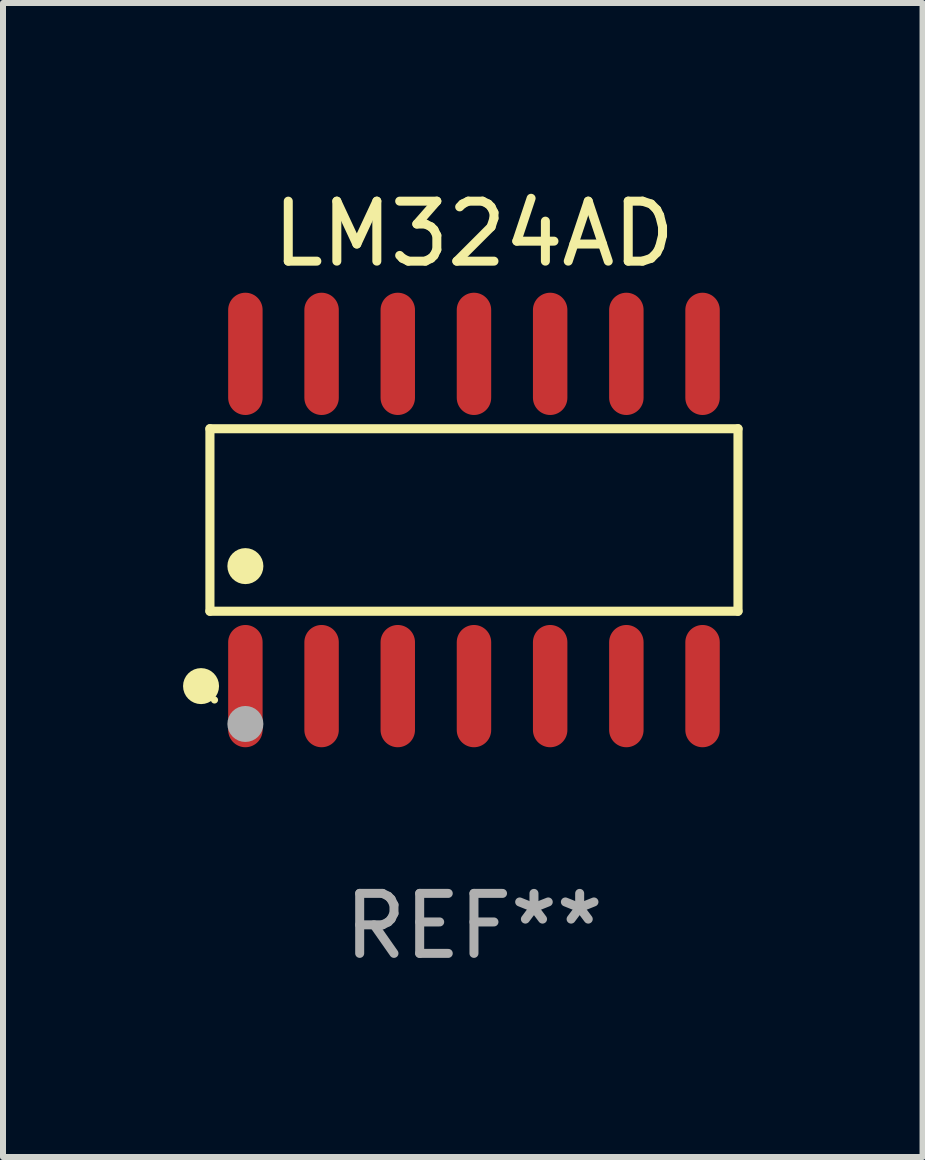
<source format=kicad_pcb>
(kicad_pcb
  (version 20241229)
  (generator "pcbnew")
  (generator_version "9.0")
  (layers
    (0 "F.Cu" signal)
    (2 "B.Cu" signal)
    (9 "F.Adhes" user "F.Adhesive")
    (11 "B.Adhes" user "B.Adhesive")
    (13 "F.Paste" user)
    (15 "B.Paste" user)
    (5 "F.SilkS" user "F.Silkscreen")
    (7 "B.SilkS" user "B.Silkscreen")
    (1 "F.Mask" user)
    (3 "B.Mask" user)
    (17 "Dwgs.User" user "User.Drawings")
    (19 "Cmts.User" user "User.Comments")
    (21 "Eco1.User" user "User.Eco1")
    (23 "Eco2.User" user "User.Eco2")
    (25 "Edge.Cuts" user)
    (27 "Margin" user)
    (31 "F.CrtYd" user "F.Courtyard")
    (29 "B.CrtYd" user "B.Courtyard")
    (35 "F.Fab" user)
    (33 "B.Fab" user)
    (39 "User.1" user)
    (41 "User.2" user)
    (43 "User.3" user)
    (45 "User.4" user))
  (footprint "LM324AD"
    (layer "F.Cu")
    (at 4.85 5.617)
    (property "Reference" "LM324AD" (at 0 -4.769 0) (layer "F.SilkS") (effects (font (size 1 1) (thickness 0.15))))
    (attr through_hole)
    (fp_line (start -4.401 -1.521) (end 4.401 -1.521) (stroke (width 0.152) (type solid)) (layer "F.SilkS"))
    (fp_line (start -4.401 1.521) (end -4.401 -1.521) (stroke (width 0.152) (type solid)) (layer "F.SilkS"))
    (fp_line (start 4.401 -1.521) (end 4.401 1.521) (stroke (width 0.152) (type solid)) (layer "F.SilkS"))
    (fp_line (start 4.401 1.521) (end -4.401 1.521) (stroke (width 0.152) (type solid)) (layer "F.SilkS"))
    (fp_circle (center -4.549 2.769) (end -4.399 2.769) (stroke (width 0.3) (type solid)) (fill no) (layer "F.SilkS"))
    (fp_circle (center -4.325 3) (end -4.295 3) (stroke (width 0.06) (type solid)) (fill no) (layer "F.SilkS"))
    (fp_circle (center -3.81 0.769) (end -3.66 0.769) (stroke (width 0.3) (type solid)) (fill no) (layer "F.SilkS"))
    (fp_circle (center -3.81 3.4) (end -3.66 3.4) (stroke (width 0.3) (type solid)) (fill no) (layer "F.Fab"))
    (fp_text user "REF**" (at 0 6.769 0) (layer "F.Fab") (effects (font (size 1 1) (thickness 0.15))))
    (pad "1" smd oval (at -3.81 2.769) (size 0.574 2.038) (layers "F.Cu" "F.Mask" "F.Paste"))
    (pad "2" smd oval (at -2.54 2.769) (size 0.574 2.038) (layers "F.Cu" "F.Mask" "F.Paste"))
    (pad "3" smd oval (at -1.27 2.769) (size 0.574 2.038) (layers "F.Cu" "F.Mask" "F.Paste"))
    (pad "4" smd oval (at 0 2.769) (size 0.574 2.038) (layers "F.Cu" "F.Mask" "F.Paste"))
    (pad "5" smd oval (at 1.27 2.769) (size 0.574 2.038) (layers "F.Cu" "F.Mask" "F.Paste"))
    (pad "6" smd oval (at 2.54 2.769) (size 0.574 2.038) (layers "F.Cu" "F.Mask" "F.Paste"))
    (pad "7" smd oval (at 3.81 2.769) (size 0.574 2.038) (layers "F.Cu" "F.Mask" "F.Paste"))
    (pad "8" smd oval (at 3.81 -2.769) (size 0.574 2.038) (layers "F.Cu" "F.Mask" "F.Paste"))
    (pad "9" smd oval (at 2.54 -2.769) (size 0.574 2.038) (layers "F.Cu" "F.Mask" "F.Paste"))
    (pad "10" smd oval (at 1.27 -2.769) (size 0.574 2.038) (layers "F.Cu" "F.Mask" "F.Paste"))
    (pad "11" smd oval (at 0 -2.769) (size 0.574 2.038) (layers "F.Cu" "F.Mask" "F.Paste"))
    (pad "12" smd oval (at -1.27 -2.769) (size 0.574 2.038) (layers "F.Cu" "F.Mask" "F.Paste"))
    (pad "13" smd oval (at -2.54 -2.769) (size 0.574 2.038) (layers "F.Cu" "F.Mask" "F.Paste"))
    (pad "14" smd oval (at -3.81 -2.769) (size 0.574 2.038) (layers "F.Cu" "F.Mask" "F.Paste")))
  (gr_rect
    (start -3 -3)
    (end 12.327 16.235)
    (stroke (width 0.1) (type default))
    (fill no)
    (layer "Edge.Cuts")))
</source>
